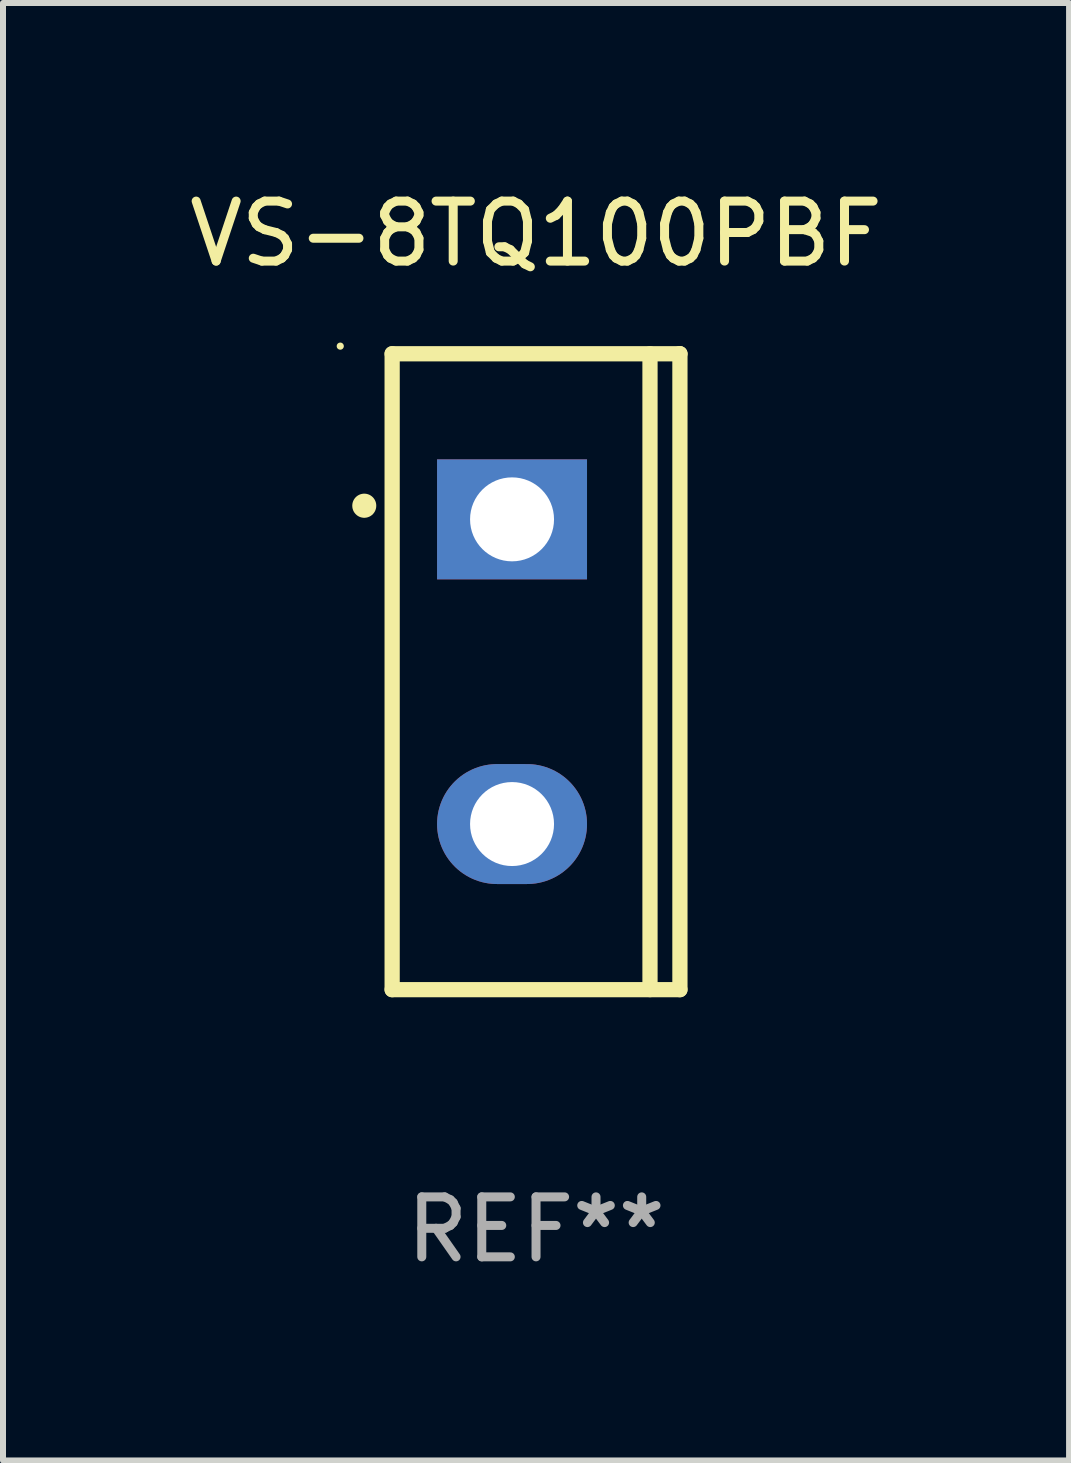
<source format=kicad_pcb>
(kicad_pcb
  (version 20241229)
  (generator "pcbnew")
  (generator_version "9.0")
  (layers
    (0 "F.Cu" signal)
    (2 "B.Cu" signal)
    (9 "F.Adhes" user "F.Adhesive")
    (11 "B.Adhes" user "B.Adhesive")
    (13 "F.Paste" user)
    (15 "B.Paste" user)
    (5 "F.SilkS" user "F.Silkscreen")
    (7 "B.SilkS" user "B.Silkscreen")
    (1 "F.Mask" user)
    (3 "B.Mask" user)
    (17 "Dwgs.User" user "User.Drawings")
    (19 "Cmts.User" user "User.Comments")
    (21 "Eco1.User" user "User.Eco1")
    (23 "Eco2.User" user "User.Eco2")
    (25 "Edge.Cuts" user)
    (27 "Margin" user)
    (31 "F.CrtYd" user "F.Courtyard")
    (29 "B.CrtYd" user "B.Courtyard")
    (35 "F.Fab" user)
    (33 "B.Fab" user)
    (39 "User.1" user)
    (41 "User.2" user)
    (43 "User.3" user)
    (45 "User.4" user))
  (footprint "VS-8TQ100PBF"
    (layer "F.Cu")
    (at 5.887 8.149)
    (property "Reference" "VS-8TQ100PBF" (at 0 -7.301 0) (layer "F.SilkS") (effects (font (size 1 1) (thickness 0.15))))
    (attr through_hole)
    (fp_line (start -2.399 -5.301) (end 2.394 -5.301) (stroke (width 0.254) (type solid)) (layer "F.SilkS"))
    (fp_line (start -2.399 5.301) (end -2.399 -5.301) (stroke (width 0.254) (type solid)) (layer "F.SilkS"))
    (fp_line (start 1.9 5.3) (end 1.9 -5.3) (stroke (width 0.254) (type solid)) (layer "F.SilkS"))
    (fp_line (start 2.394 -5.301) (end 2.399 -5.301) (stroke (width 0.254) (type solid)) (layer "F.SilkS"))
    (fp_line (start 2.399 -5.301) (end 2.399 5.301) (stroke (width 0.254) (type solid)) (layer "F.SilkS"))
    (fp_line (start 2.399 5.301) (end -2.399 5.301) (stroke (width 0.254) (type solid)) (layer "F.SilkS"))
    (fp_arc (start -2.863843 -2.766066) (mid -2.863847 -2.767336) (end -2.863843 -2.768606) (stroke (width 0.4) (type solid)) (layer "F.SilkS"))
    (fp_circle (center -3.264 -5.428) (end -3.234 -5.428) (stroke (width 0.06) (type solid)) (fill no) (layer "F.SilkS"))
    (fp_text user "REF**" (at 0 9.301 0) (layer "F.Fab") (effects (font (size 1 1) (thickness 0.15))))
    (pad "1" thru_hole rect (at -0.4 -2.54 270) (size 2 2.5) (drill 1.4) (layers "*.Cu" "*.Mask"))
    (pad "2" thru_hole oval (at -0.4 2.54 270) (size 2 2.5) (drill 1.4) (layers "*.Cu" "*.Mask")))
  (gr_rect
    (start -3 -3)
    (end 14.774 21.299)
    (stroke (width 0.1) (type default))
    (fill no)
    (layer "Edge.Cuts")))
</source>
